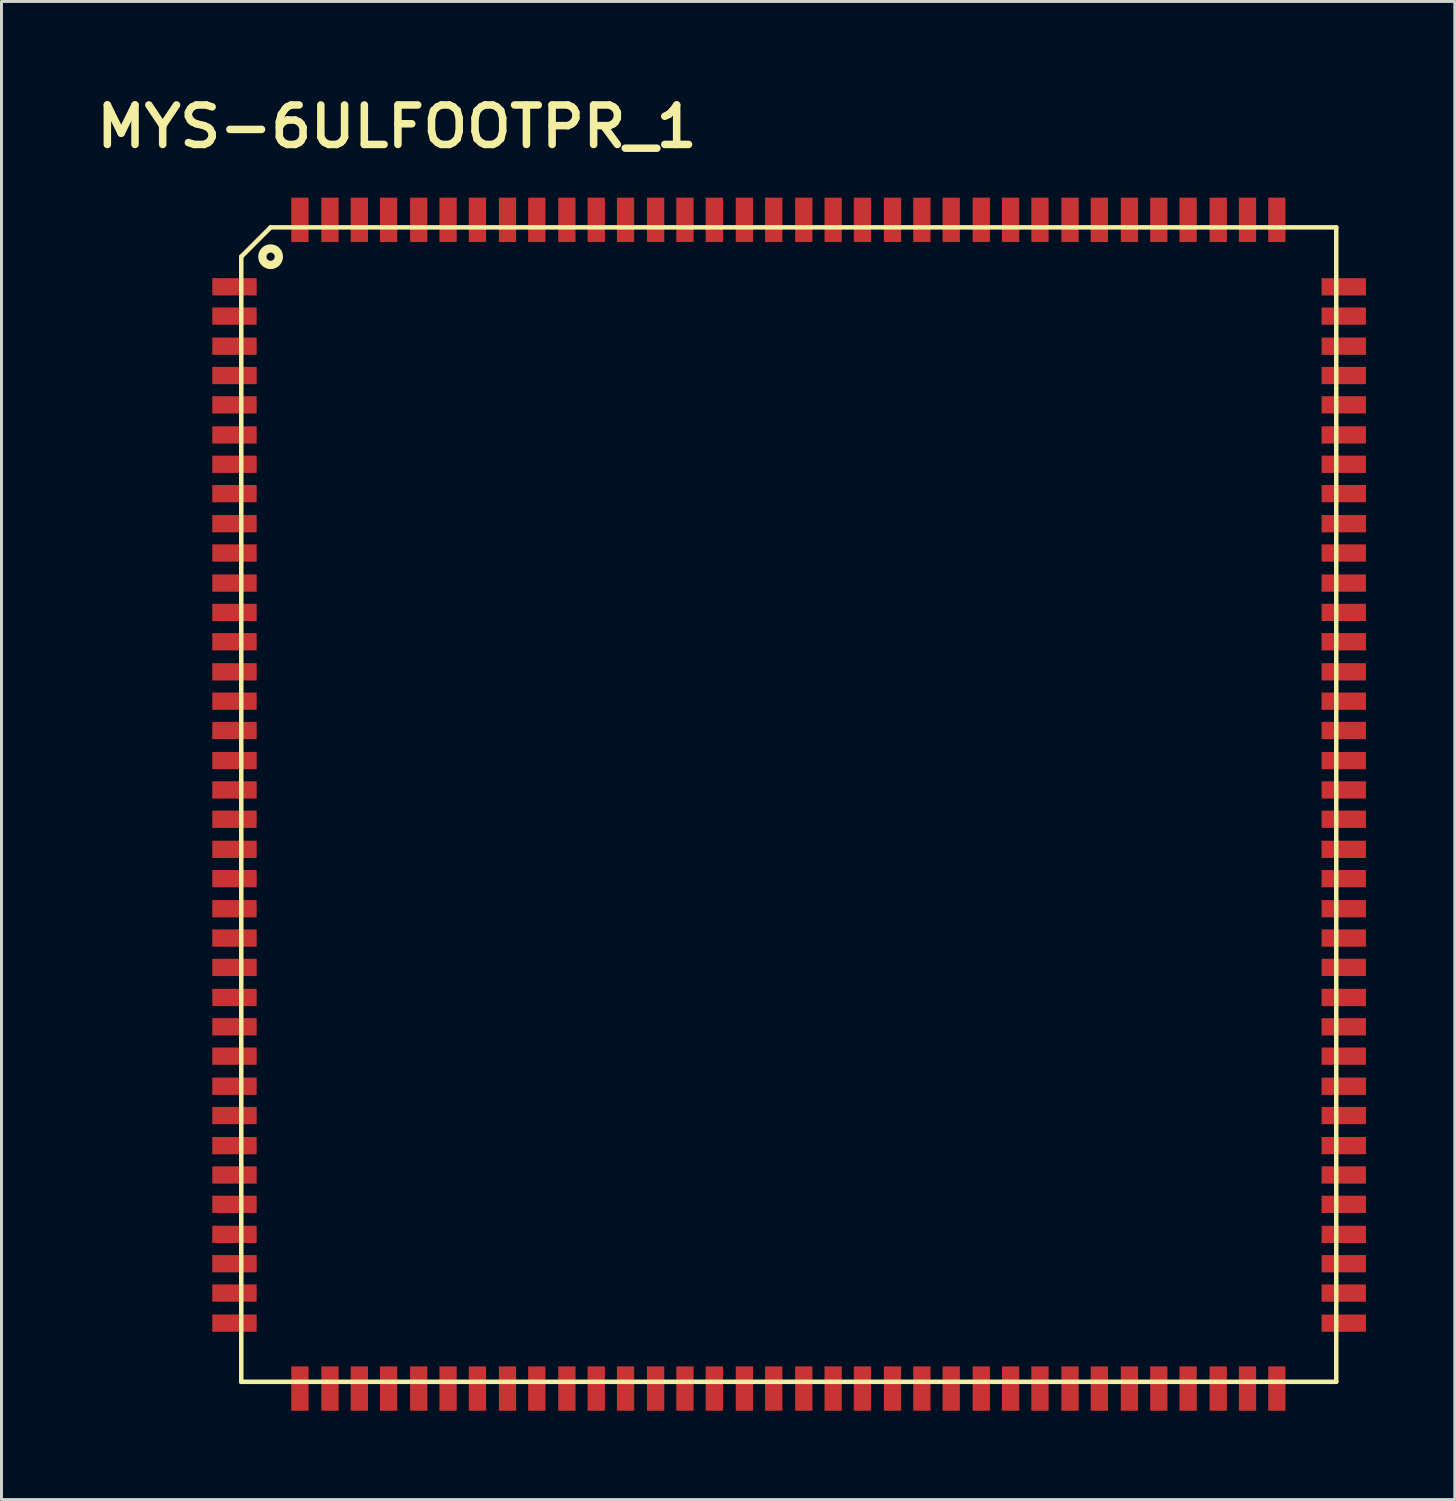
<source format=kicad_pcb>
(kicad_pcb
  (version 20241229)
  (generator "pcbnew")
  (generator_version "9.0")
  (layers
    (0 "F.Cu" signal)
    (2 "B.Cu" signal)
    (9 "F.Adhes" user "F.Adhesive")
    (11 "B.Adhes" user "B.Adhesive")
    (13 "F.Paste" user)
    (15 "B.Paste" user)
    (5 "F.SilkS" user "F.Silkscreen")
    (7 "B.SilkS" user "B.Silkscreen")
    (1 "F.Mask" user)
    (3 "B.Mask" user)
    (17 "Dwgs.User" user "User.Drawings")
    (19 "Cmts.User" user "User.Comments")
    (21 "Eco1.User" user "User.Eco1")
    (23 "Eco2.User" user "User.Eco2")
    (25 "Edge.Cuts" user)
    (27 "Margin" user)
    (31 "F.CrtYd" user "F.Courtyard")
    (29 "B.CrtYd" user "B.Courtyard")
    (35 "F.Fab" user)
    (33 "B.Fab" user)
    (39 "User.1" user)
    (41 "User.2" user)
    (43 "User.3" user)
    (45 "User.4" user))
  (footprint "MYS-6ULFOOTPR_1"
    (layer "F.Cu")
    (at 5.098 43.618)
    (property "Reference" "MYS-6ULFOOTPR_1" (at 5.258 -42.393 0) (unlocked yes) (layer "F.SilkS") (effects (font (size 1.333 1.402) (thickness 0.254))))
    (attr smd)
    (fp_line (start 0 -37.998) (end 0.991 -38.989) (stroke (width 0.152) (type solid)) (layer "F.SilkS"))
    (fp_line (start 0 0) (end 0 -37.998) (stroke (width 0.152) (type solid)) (layer "F.SilkS"))
    (fp_line (start 0 0) (end 36.982 0) (stroke (width 0.152) (type solid)) (layer "F.SilkS"))
    (fp_line (start 0.991 -38.989) (end 36.982 -38.989) (stroke (width 0.152) (type solid)) (layer "F.SilkS"))
    (fp_line (start 36.982 0) (end 36.982 -38.989) (stroke (width 0.152) (type solid)) (layer "F.SilkS"))
    (fp_circle (center 0.991 -37.998) (end 1.27 -37.998) (stroke (width 0.279) (type solid)) (fill no) (layer "F.SilkS"))
    (pad "1" smd rect (at -0.229 -36.982) (size 1.499 0.584) (layers "F.Cu" "F.Mask" "F.Paste"))
    (pad "2" smd rect (at -0.229 -35.992) (size 1.499 0.584) (layers "F.Cu" "F.Mask" "F.Paste"))
    (pad "3" smd rect (at -0.229 -34.976) (size 1.499 0.584) (layers "F.Cu" "F.Mask" "F.Paste"))
    (pad "4" smd rect (at -0.229 -33.985) (size 1.499 0.584) (layers "F.Cu" "F.Mask" "F.Paste"))
    (pad "5" smd rect (at -0.229 -32.995) (size 1.499 0.584) (layers "F.Cu" "F.Mask" "F.Paste"))
    (pad "6" smd rect (at -0.229 -31.979) (size 1.499 0.584) (layers "F.Cu" "F.Mask" "F.Paste"))
    (pad "7" smd rect (at -0.229 -30.988) (size 1.499 0.584) (layers "F.Cu" "F.Mask" "F.Paste"))
    (pad "8" smd rect (at -0.229 -29.997) (size 1.499 0.584) (layers "F.Cu" "F.Mask" "F.Paste"))
    (pad "9" smd rect (at -0.229 -28.981) (size 1.499 0.584) (layers "F.Cu" "F.Mask" "F.Paste"))
    (pad "10" smd rect (at -0.229 -27.991) (size 1.499 0.584) (layers "F.Cu" "F.Mask" "F.Paste"))
    (pad "11" smd rect (at -0.229 -26.975) (size 1.499 0.584) (layers "F.Cu" "F.Mask" "F.Paste"))
    (pad "12" smd rect (at -0.229 -25.984) (size 1.499 0.584) (layers "F.Cu" "F.Mask" "F.Paste"))
    (pad "13" smd rect (at -0.229 -24.994) (size 1.499 0.584) (layers "F.Cu" "F.Mask" "F.Paste"))
    (pad "14" smd rect (at -0.229 -23.978) (size 1.499 0.584) (layers "F.Cu" "F.Mask" "F.Paste"))
    (pad "15" smd rect (at -0.229 -22.987) (size 1.499 0.584) (layers "F.Cu" "F.Mask" "F.Paste"))
    (pad "16" smd rect (at -0.229 -21.996) (size 1.499 0.584) (layers "F.Cu" "F.Mask" "F.Paste"))
    (pad "17" smd rect (at -0.229 -20.98) (size 1.499 0.584) (layers "F.Cu" "F.Mask" "F.Paste"))
    (pad "18" smd rect (at -0.229 -19.99) (size 1.499 0.584) (layers "F.Cu" "F.Mask" "F.Paste"))
    (pad "19" smd rect (at -0.229 -18.999) (size 1.499 0.584) (layers "F.Cu" "F.Mask" "F.Paste"))
    (pad "20" smd rect (at -0.229 -17.983) (size 1.499 0.584) (layers "F.Cu" "F.Mask" "F.Paste"))
    (pad "21" smd rect (at -0.229 -16.993) (size 1.499 0.584) (layers "F.Cu" "F.Mask" "F.Paste"))
    (pad "22" smd rect (at -0.229 -15.977) (size 1.499 0.584) (layers "F.Cu" "F.Mask" "F.Paste"))
    (pad "23" smd rect (at -0.229 -14.986) (size 1.499 0.584) (layers "F.Cu" "F.Mask" "F.Paste"))
    (pad "24" smd rect (at -0.229 -13.995) (size 1.499 0.584) (layers "F.Cu" "F.Mask" "F.Paste"))
    (pad "25" smd rect (at -0.229 -12.979) (size 1.499 0.584) (layers "F.Cu" "F.Mask" "F.Paste"))
    (pad "26" smd rect (at -0.229 -11.989) (size 1.499 0.584) (layers "F.Cu" "F.Mask" "F.Paste"))
    (pad "27" smd rect (at -0.229 -10.998) (size 1.499 0.584) (layers "F.Cu" "F.Mask" "F.Paste"))
    (pad "28" smd rect (at -0.229 -9.982) (size 1.499 0.584) (layers "F.Cu" "F.Mask" "F.Paste"))
    (pad "29" smd rect (at -0.229 -8.992) (size 1.499 0.584) (layers "F.Cu" "F.Mask" "F.Paste"))
    (pad "30" smd rect (at -0.229 -7.976) (size 1.499 0.584) (layers "F.Cu" "F.Mask" "F.Paste"))
    (pad "31" smd rect (at -0.229 -6.985) (size 1.499 0.584) (layers "F.Cu" "F.Mask" "F.Paste"))
    (pad "32" smd rect (at -0.229 -5.994) (size 1.499 0.584) (layers "F.Cu" "F.Mask" "F.Paste"))
    (pad "33" smd rect (at -0.229 -4.978) (size 1.499 0.584) (layers "F.Cu" "F.Mask" "F.Paste"))
    (pad "34" smd rect (at -0.229 -3.988) (size 1.499 0.584) (layers "F.Cu" "F.Mask" "F.Paste"))
    (pad "35" smd rect (at -0.229 -2.997) (size 1.499 0.584) (layers "F.Cu" "F.Mask" "F.Paste"))
    (pad "36" smd rect (at -0.229 -1.981) (size 1.499 0.584) (layers "F.Cu" "F.Mask" "F.Paste"))
    (pad "37" smd rect (at 1.981 0.229 90) (size 1.499 0.584) (layers "F.Cu" "F.Mask" "F.Paste"))
    (pad "38" smd rect (at 2.997 0.229 90) (size 1.499 0.584) (layers "F.Cu" "F.Mask" "F.Paste"))
    (pad "39" smd rect (at 3.988 0.229 90) (size 1.499 0.584) (layers "F.Cu" "F.Mask" "F.Paste"))
    (pad "40" smd rect (at 4.978 0.229 90) (size 1.499 0.584) (layers "F.Cu" "F.Mask" "F.Paste"))
    (pad "41" smd rect (at 5.994 0.229 90) (size 1.499 0.584) (layers "F.Cu" "F.Mask" "F.Paste"))
    (pad "42" smd rect (at 6.985 0.229 90) (size 1.499 0.584) (layers "F.Cu" "F.Mask" "F.Paste"))
    (pad "43" smd rect (at 7.976 0.229 90) (size 1.499 0.584) (layers "F.Cu" "F.Mask" "F.Paste"))
    (pad "44" smd rect (at 8.992 0.229 90) (size 1.499 0.584) (layers "F.Cu" "F.Mask" "F.Paste"))
    (pad "45" smd rect (at 9.982 0.229 90) (size 1.499 0.584) (layers "F.Cu" "F.Mask" "F.Paste"))
    (pad "46" smd rect (at 10.998 0.229 90) (size 1.499 0.584) (layers "F.Cu" "F.Mask" "F.Paste"))
    (pad "47" smd rect (at 11.989 0.229 90) (size 1.499 0.584) (layers "F.Cu" "F.Mask" "F.Paste"))
    (pad "48" smd rect (at 12.979 0.229 90) (size 1.499 0.584) (layers "F.Cu" "F.Mask" "F.Paste"))
    (pad "49" smd rect (at 13.995 0.229 90) (size 1.499 0.584) (layers "F.Cu" "F.Mask" "F.Paste"))
    (pad "50" smd rect (at 14.986 0.229 90) (size 1.499 0.584) (layers "F.Cu" "F.Mask" "F.Paste"))
    (pad "51" smd rect (at 15.977 0.229 90) (size 1.499 0.584) (layers "F.Cu" "F.Mask" "F.Paste"))
    (pad "52" smd rect (at 16.993 0.229 90) (size 1.499 0.584) (layers "F.Cu" "F.Mask" "F.Paste"))
    (pad "53" smd rect (at 17.983 0.229 90) (size 1.499 0.584) (layers "F.Cu" "F.Mask" "F.Paste"))
    (pad "54" smd rect (at 18.999 0.229 90) (size 1.499 0.584) (layers "F.Cu" "F.Mask" "F.Paste"))
    (pad "55" smd rect (at 19.99 0.229 90) (size 1.499 0.584) (layers "F.Cu" "F.Mask" "F.Paste"))
    (pad "56" smd rect (at 20.98 0.229 90) (size 1.499 0.584) (layers "F.Cu" "F.Mask" "F.Paste"))
    (pad "57" smd rect (at 21.996 0.229 90) (size 1.499 0.584) (layers "F.Cu" "F.Mask" "F.Paste"))
    (pad "58" smd rect (at 22.987 0.229 90) (size 1.499 0.584) (layers "F.Cu" "F.Mask" "F.Paste"))
    (pad "59" smd rect (at 23.978 0.229 90) (size 1.499 0.584) (layers "F.Cu" "F.Mask" "F.Paste"))
    (pad "60" smd rect (at 24.994 0.229 90) (size 1.499 0.584) (layers "F.Cu" "F.Mask" "F.Paste"))
    (pad "61" smd rect (at 25.984 0.229 90) (size 1.499 0.584) (layers "F.Cu" "F.Mask" "F.Paste"))
    (pad "62" smd rect (at 26.975 0.229 90) (size 1.499 0.584) (layers "F.Cu" "F.Mask" "F.Paste"))
    (pad "63" smd rect (at 27.991 0.229 90) (size 1.499 0.584) (layers "F.Cu" "F.Mask" "F.Paste"))
    (pad "64" smd rect (at 28.981 0.229 90) (size 1.499 0.584) (layers "F.Cu" "F.Mask" "F.Paste"))
    (pad "65" smd rect (at 29.997 0.229 90) (size 1.499 0.584) (layers "F.Cu" "F.Mask" "F.Paste"))
    (pad "66" smd rect (at 30.988 0.229 90) (size 1.499 0.584) (layers "F.Cu" "F.Mask" "F.Paste"))
    (pad "67" smd rect (at 31.979 0.229 90) (size 1.499 0.584) (layers "F.Cu" "F.Mask" "F.Paste"))
    (pad "68" smd rect (at 32.995 0.229 90) (size 1.499 0.584) (layers "F.Cu" "F.Mask" "F.Paste"))
    (pad "69" smd rect (at 33.985 0.229 90) (size 1.499 0.584) (layers "F.Cu" "F.Mask" "F.Paste"))
    (pad "70" smd rect (at 34.976 0.229 90) (size 1.499 0.584) (layers "F.Cu" "F.Mask" "F.Paste"))
    (pad "71" smd rect (at 37.236 -1.981 180) (size 1.499 0.584) (layers "F.Cu" "F.Mask" "F.Paste"))
    (pad "72" smd rect (at 37.236 -2.997 180) (size 1.499 0.584) (layers "F.Cu" "F.Mask" "F.Paste"))
    (pad "73" smd rect (at 37.236 -3.988 180) (size 1.499 0.584) (layers "F.Cu" "F.Mask" "F.Paste"))
    (pad "74" smd rect (at 37.236 -4.978 180) (size 1.499 0.584) (layers "F.Cu" "F.Mask" "F.Paste"))
    (pad "75" smd rect (at 37.236 -5.994 180) (size 1.499 0.584) (layers "F.Cu" "F.Mask" "F.Paste"))
    (pad "76" smd rect (at 37.236 -6.985 180) (size 1.499 0.584) (layers "F.Cu" "F.Mask" "F.Paste"))
    (pad "77" smd rect (at 37.236 -7.976 180) (size 1.499 0.584) (layers "F.Cu" "F.Mask" "F.Paste"))
    (pad "78" smd rect (at 37.236 -8.992 180) (size 1.499 0.584) (layers "F.Cu" "F.Mask" "F.Paste"))
    (pad "79" smd rect (at 37.236 -9.982 180) (size 1.499 0.584) (layers "F.Cu" "F.Mask" "F.Paste"))
    (pad "80" smd rect (at 37.236 -10.998 180) (size 1.499 0.584) (layers "F.Cu" "F.Mask" "F.Paste"))
    (pad "81" smd rect (at 37.236 -11.989 180) (size 1.499 0.584) (layers "F.Cu" "F.Mask" "F.Paste"))
    (pad "82" smd rect (at 37.236 -12.979 180) (size 1.499 0.584) (layers "F.Cu" "F.Mask" "F.Paste"))
    (pad "83" smd rect (at 37.236 -13.995 180) (size 1.499 0.584) (layers "F.Cu" "F.Mask" "F.Paste"))
    (pad "84" smd rect (at 37.236 -14.986 180) (size 1.499 0.584) (layers "F.Cu" "F.Mask" "F.Paste"))
    (pad "85" smd rect (at 37.236 -15.977 180) (size 1.499 0.584) (layers "F.Cu" "F.Mask" "F.Paste"))
    (pad "86" smd rect (at 37.236 -16.993 180) (size 1.499 0.584) (layers "F.Cu" "F.Mask" "F.Paste"))
    (pad "87" smd rect (at 37.236 -17.983 180) (size 1.499 0.584) (layers "F.Cu" "F.Mask" "F.Paste"))
    (pad "88" smd rect (at 37.236 -18.999 180) (size 1.499 0.584) (layers "F.Cu" "F.Mask" "F.Paste"))
    (pad "89" smd rect (at 37.236 -19.99 180) (size 1.499 0.584) (layers "F.Cu" "F.Mask" "F.Paste"))
    (pad "90" smd rect (at 37.236 -20.98 180) (size 1.499 0.584) (layers "F.Cu" "F.Mask" "F.Paste"))
    (pad "91" smd rect (at 37.236 -21.996 180) (size 1.499 0.584) (layers "F.Cu" "F.Mask" "F.Paste"))
    (pad "92" smd rect (at 37.236 -22.987 180) (size 1.499 0.584) (layers "F.Cu" "F.Mask" "F.Paste"))
    (pad "93" smd rect (at 37.236 -23.978 180) (size 1.499 0.584) (layers "F.Cu" "F.Mask" "F.Paste"))
    (pad "94" smd rect (at 37.236 -24.994 180) (size 1.499 0.584) (layers "F.Cu" "F.Mask" "F.Paste"))
    (pad "95" smd rect (at 37.236 -25.984 180) (size 1.499 0.584) (layers "F.Cu" "F.Mask" "F.Paste"))
    (pad "96" smd rect (at 37.236 -26.975 180) (size 1.499 0.584) (layers "F.Cu" "F.Mask" "F.Paste"))
    (pad "97" smd rect (at 37.236 -27.991 180) (size 1.499 0.584) (layers "F.Cu" "F.Mask" "F.Paste"))
    (pad "98" smd rect (at 37.236 -28.981 180) (size 1.499 0.584) (layers "F.Cu" "F.Mask" "F.Paste"))
    (pad "99" smd rect (at 37.236 -29.997 180) (size 1.499 0.584) (layers "F.Cu" "F.Mask" "F.Paste"))
    (pad "100" smd rect (at 37.236 -30.988 180) (size 1.499 0.584) (layers "F.Cu" "F.Mask" "F.Paste"))
    (pad "101" smd rect (at 37.236 -31.979 180) (size 1.499 0.584) (layers "F.Cu" "F.Mask" "F.Paste"))
    (pad "102" smd rect (at 37.236 -32.995 180) (size 1.499 0.584) (layers "F.Cu" "F.Mask" "F.Paste"))
    (pad "103" smd rect (at 37.236 -33.985 180) (size 1.499 0.584) (layers "F.Cu" "F.Mask" "F.Paste"))
    (pad "104" smd rect (at 37.236 -34.976 180) (size 1.499 0.584) (layers "F.Cu" "F.Mask" "F.Paste"))
    (pad "105" smd rect (at 37.236 -35.992 180) (size 1.499 0.584) (layers "F.Cu" "F.Mask" "F.Paste"))
    (pad "106" smd rect (at 37.236 -36.982) (size 1.499 0.584) (layers "F.Cu" "F.Mask" "F.Paste"))
    (pad "107" smd rect (at 34.976 -39.243 90) (size 1.499 0.584) (layers "F.Cu" "F.Mask" "F.Paste"))
    (pad "108" smd rect (at 33.985 -39.243 90) (size 1.499 0.584) (layers "F.Cu" "F.Mask" "F.Paste"))
    (pad "109" smd rect (at 32.995 -39.243 90) (size 1.499 0.584) (layers "F.Cu" "F.Mask" "F.Paste"))
    (pad "110" smd rect (at 31.979 -39.243 90) (size 1.499 0.584) (layers "F.Cu" "F.Mask" "F.Paste"))
    (pad "111" smd rect (at 30.988 -39.243 90) (size 1.499 0.584) (layers "F.Cu" "F.Mask" "F.Paste"))
    (pad "112" smd rect (at 29.997 -39.243 90) (size 1.499 0.584) (layers "F.Cu" "F.Mask" "F.Paste"))
    (pad "113" smd rect (at 28.981 -39.243 90) (size 1.499 0.584) (layers "F.Cu" "F.Mask" "F.Paste"))
    (pad "114" smd rect (at 27.991 -39.243 90) (size 1.499 0.584) (layers "F.Cu" "F.Mask" "F.Paste"))
    (pad "115" smd rect (at 26.975 -39.243 90) (size 1.499 0.584) (layers "F.Cu" "F.Mask" "F.Paste"))
    (pad "116" smd rect (at 25.984 -39.243 90) (size 1.499 0.584) (layers "F.Cu" "F.Mask" "F.Paste"))
    (pad "117" smd rect (at 24.994 -39.243 90) (size 1.499 0.584) (layers "F.Cu" "F.Mask" "F.Paste"))
    (pad "118" smd rect (at 23.978 -39.243 90) (size 1.499 0.584) (layers "F.Cu" "F.Mask" "F.Paste"))
    (pad "119" smd rect (at 22.987 -39.243 90) (size 1.499 0.584) (layers "F.Cu" "F.Mask" "F.Paste"))
    (pad "120" smd rect (at 21.996 -39.243 90) (size 1.499 0.584) (layers "F.Cu" "F.Mask" "F.Paste"))
    (pad "121" smd rect (at 20.98 -39.243 90) (size 1.499 0.584) (layers "F.Cu" "F.Mask" "F.Paste"))
    (pad "122" smd rect (at 19.99 -39.243 90) (size 1.499 0.584) (layers "F.Cu" "F.Mask" "F.Paste"))
    (pad "123" smd rect (at 18.999 -39.243 90) (size 1.499 0.584) (layers "F.Cu" "F.Mask" "F.Paste"))
    (pad "124" smd rect (at 17.983 -39.243 90) (size 1.499 0.584) (layers "F.Cu" "F.Mask" "F.Paste"))
    (pad "125" smd rect (at 16.993 -39.243 90) (size 1.499 0.584) (layers "F.Cu" "F.Mask" "F.Paste"))
    (pad "126" smd rect (at 15.977 -39.243 90) (size 1.499 0.584) (layers "F.Cu" "F.Mask" "F.Paste"))
    (pad "127" smd rect (at 14.986 -39.243 90) (size 1.499 0.584) (layers "F.Cu" "F.Mask" "F.Paste"))
    (pad "128" smd rect (at 13.995 -39.243 90) (size 1.499 0.584) (layers "F.Cu" "F.Mask" "F.Paste"))
    (pad "129" smd rect (at 12.979 -39.243 90) (size 1.499 0.584) (layers "F.Cu" "F.Mask" "F.Paste"))
    (pad "130" smd rect (at 11.989 -39.243 90) (size 1.499 0.584) (layers "F.Cu" "F.Mask" "F.Paste"))
    (pad "131" smd rect (at 10.998 -39.243 90) (size 1.499 0.584) (layers "F.Cu" "F.Mask" "F.Paste"))
    (pad "132" smd rect (at 9.982 -39.243 90) (size 1.499 0.584) (layers "F.Cu" "F.Mask" "F.Paste"))
    (pad "133" smd rect (at 8.992 -39.243 90) (size 1.499 0.584) (layers "F.Cu" "F.Mask" "F.Paste"))
    (pad "134" smd rect (at 7.976 -39.243 90) (size 1.499 0.584) (layers "F.Cu" "F.Mask" "F.Paste"))
    (pad "135" smd rect (at 6.985 -39.243 90) (size 1.499 0.584) (layers "F.Cu" "F.Mask" "F.Paste"))
    (pad "136" smd rect (at 5.994 -39.243 90) (size 1.499 0.584) (layers "F.Cu" "F.Mask" "F.Paste"))
    (pad "137" smd rect (at 4.978 -39.243 90) (size 1.499 0.584) (layers "F.Cu" "F.Mask" "F.Paste"))
    (pad "138" smd rect (at 3.988 -39.243 90) (size 1.499 0.584) (layers "F.Cu" "F.Mask" "F.Paste"))
    (pad "139" smd rect (at 2.997 -39.243 90) (size 1.499 0.584) (layers "F.Cu" "F.Mask" "F.Paste"))
    (pad "140" smd rect (at 1.981 -39.243 90) (size 1.499 0.584) (layers "F.Cu" "F.Mask" "F.Paste")))
  (gr_rect
    (start -3 -3)
    (end 46.084 47.596)
    (stroke (width 0.1) (type default))
    (fill no)
    (layer "Edge.Cuts")))
</source>
